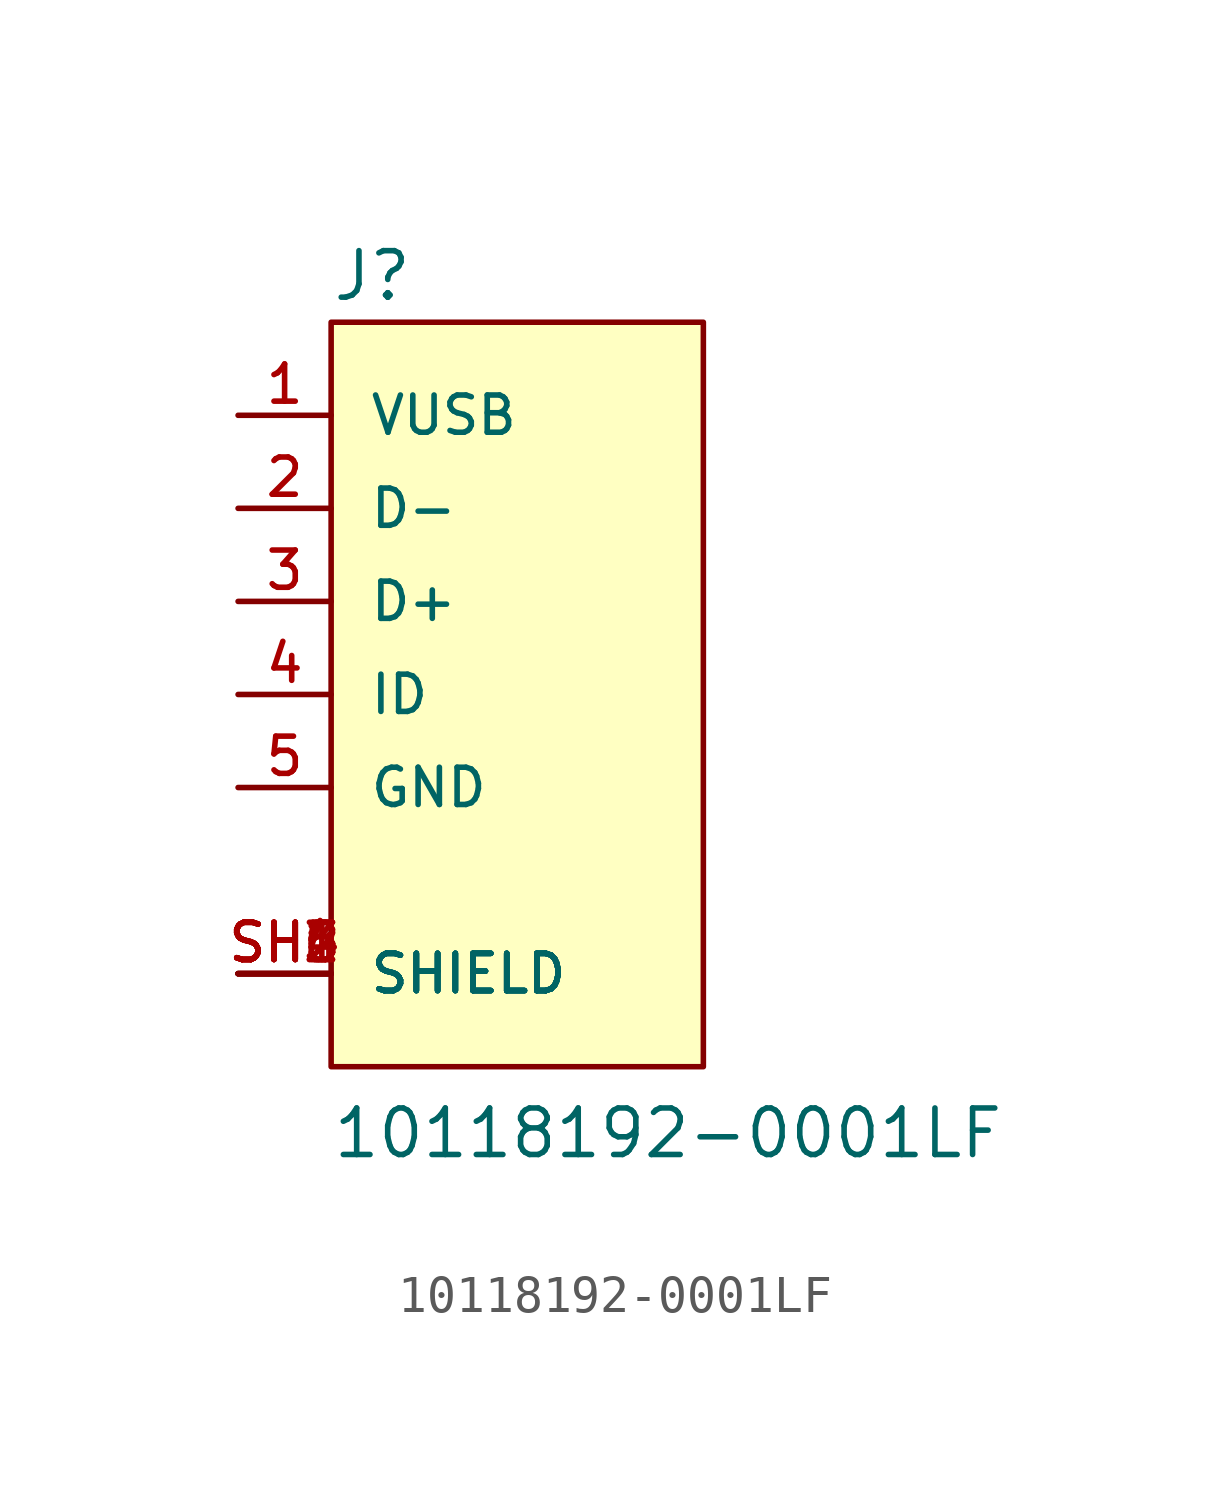
<source format=kicad_sym>
(kicad_symbol_lib
  (version 20211014)
  (generator kicad_symbol_editor)
  (symbol "10118192-0001LF"
    (pin_names
      (offset 1.016))
    (property "Reference" "J"
      (at -5.086 10.681 0)
      (effects (font (size 1.27 1.27)) (justify bottom left)))
    (property "Value" "10118192-0001LF"
      (at -5.088 -12.72 0)
      (effects (font (size 1.27 1.27)) (justify bottom left)))
    (symbol "10118192-0001LF_0_0"
      (rectangle (start -5.08 -10.16) (end 5.08 10.16) (stroke (width 0.152)) (fill (type background)))
      (pin passive line (at -7.62 7.62 0) (length 2.54) (name "VUSB" (effects (font (size 1.016 1.016)))) (number "1" (effects (font (size 1.016 1.016)))))
      (pin passive line (at -7.62 5.08 0) (length 2.54) (name "D-" (effects (font (size 1.016 1.016)))) (number "2" (effects (font (size 1.016 1.016)))))
      (pin passive line (at -7.62 2.54 0) (length 2.54) (name "D+" (effects (font (size 1.016 1.016)))) (number "3" (effects (font (size 1.016 1.016)))))
      (pin passive line (at -7.62 0.0 0) (length 2.54) (name "ID" (effects (font (size 1.016 1.016)))) (number "4" (effects (font (size 1.016 1.016)))))
      (pin passive line (at -7.62 -2.54 0) (length 2.54) (name "GND" (effects (font (size 1.016 1.016)))) (number "5" (effects (font (size 1.016 1.016)))))
      (pin passive line (at -7.62 -7.62 0) (length 2.54) (name "SHIELD" (effects (font (size 1.016 1.016)))) (number "SH1" (effects (font (size 1.016 1.016)))))
      (pin passive line (at -7.62 -7.62 0) (length 2.54) (name "SHIELD" (effects (font (size 1.016 1.016)))) (number "SH2" (effects (font (size 1.016 1.016)))))
      (pin passive line (at -7.62 -7.62 0) (length 2.54) (name "SHIELD" (effects (font (size 1.016 1.016)))) (number "SH3" (effects (font (size 1.016 1.016)))))
      (pin passive line (at -7.62 -7.62 0) (length 2.54) (name "SHIELD" (effects (font (size 1.016 1.016)))) (number "SH4" (effects (font (size 1.016 1.016)))))
      (pin passive line (at -7.62 -7.62 0) (length 2.54) (name "SHIELD" (effects (font (size 1.016 1.016)))) (number "SH5" (effects (font (size 1.016 1.016)))))
      (pin passive line (at -7.62 -7.62 0) (length 2.54) (name "SHIELD" (effects (font (size 1.016 1.016)))) (number "SH6" (effects (font (size 1.016 1.016))))))))
</source>
